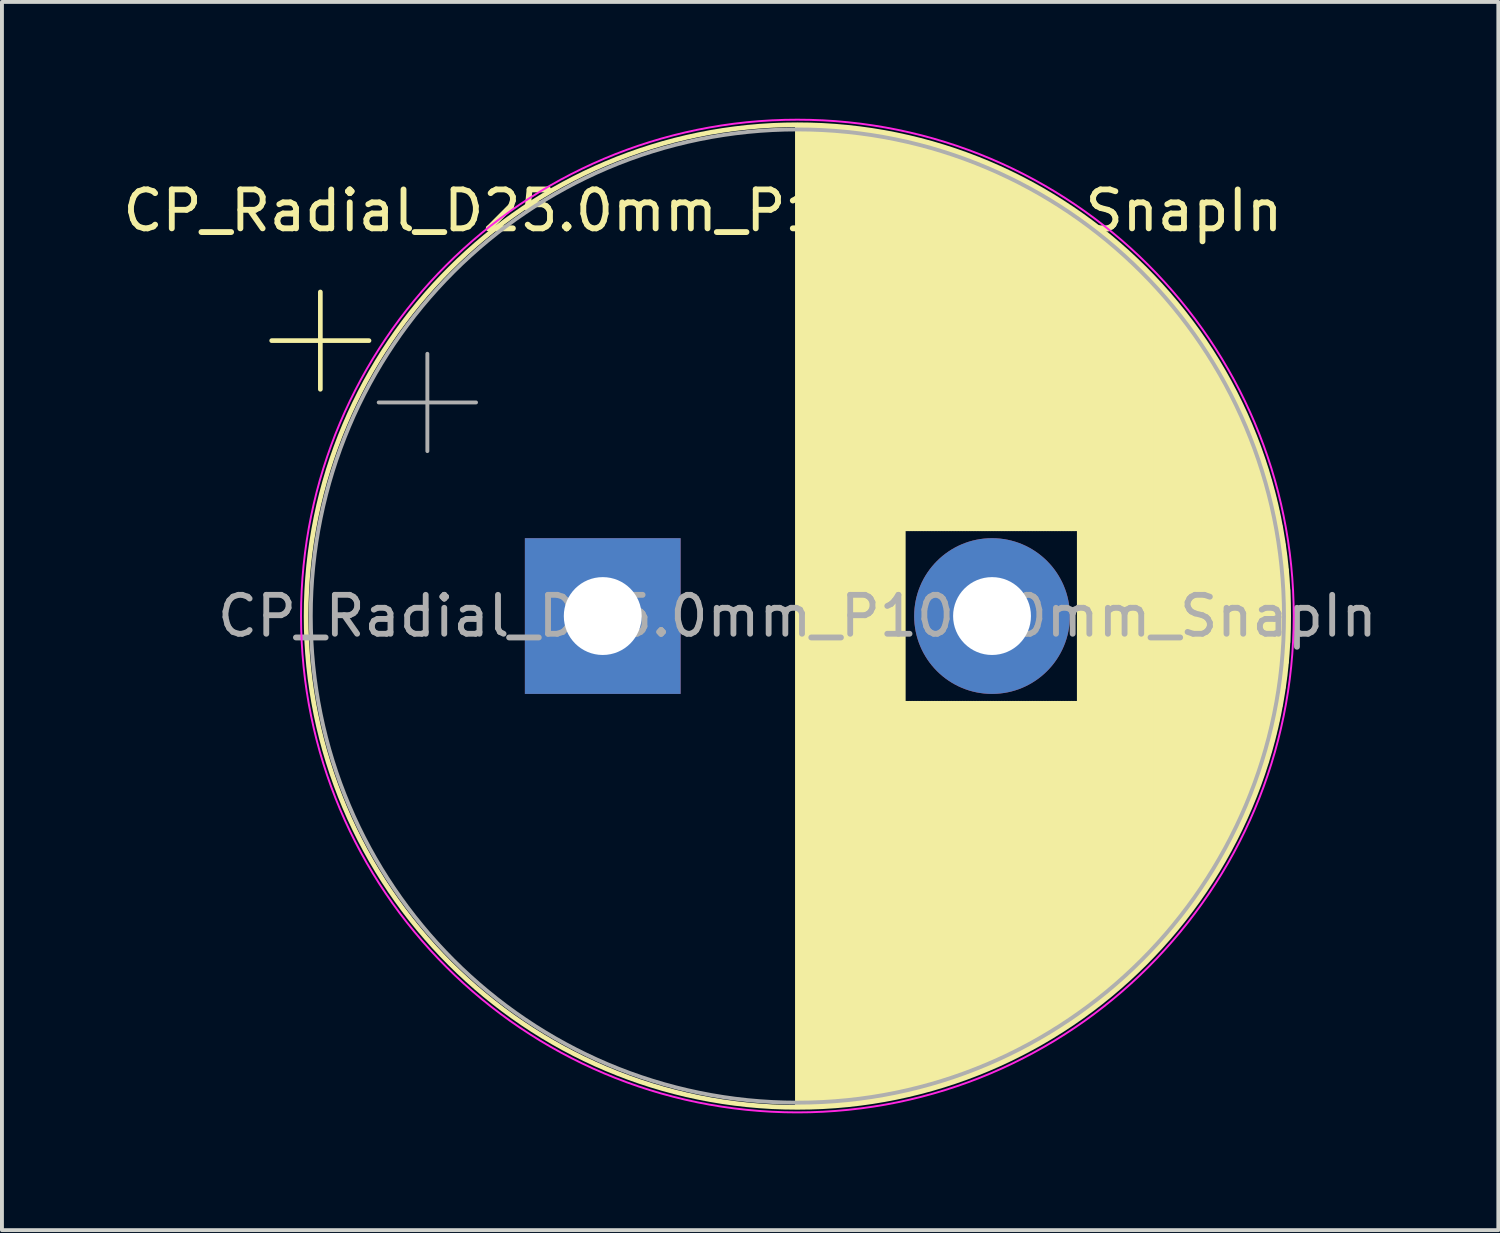
<source format=kicad_pcb>
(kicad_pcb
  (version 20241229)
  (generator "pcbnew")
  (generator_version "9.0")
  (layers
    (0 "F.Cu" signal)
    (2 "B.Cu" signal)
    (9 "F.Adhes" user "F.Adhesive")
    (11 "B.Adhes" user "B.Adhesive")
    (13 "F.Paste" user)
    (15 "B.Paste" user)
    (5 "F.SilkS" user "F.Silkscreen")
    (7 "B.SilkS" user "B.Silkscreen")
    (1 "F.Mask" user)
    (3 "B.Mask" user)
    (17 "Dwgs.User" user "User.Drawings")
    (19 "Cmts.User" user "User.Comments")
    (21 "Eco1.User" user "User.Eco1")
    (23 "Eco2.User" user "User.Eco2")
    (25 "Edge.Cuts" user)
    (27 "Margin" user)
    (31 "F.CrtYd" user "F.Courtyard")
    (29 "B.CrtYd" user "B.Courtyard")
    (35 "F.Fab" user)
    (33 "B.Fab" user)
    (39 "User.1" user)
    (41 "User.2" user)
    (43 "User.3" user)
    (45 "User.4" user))
  (footprint "CP_Radial_D25.0mm_P10.00mm_SnapIn"
    (layer "F.Cu")
    (at 12.433 12.775)
    (property "Reference" "CP_Radial_D25.0mm_P10.00mm_SnapIn" (at 2.573 -10.414 0) (layer "F.SilkS") (effects (font (size 1 1) (thickness 0.15))))
    (attr through_hole)
    (fp_line (start -8.504 -7.075) (end -6.004 -7.075) (stroke (width 0.12) (type solid)) (layer "F.SilkS"))
    (fp_line (start -7.254 -8.325) (end -7.254 -5.825) (stroke (width 0.12) (type solid)) (layer "F.SilkS"))
    (fp_line (start 5 -12.581) (end 5 12.581) (stroke (width 0.12) (type solid)) (layer "F.SilkS"))
    (fp_line (start 5.04 -12.58) (end 5.04 12.58) (stroke (width 0.12) (type solid)) (layer "F.SilkS"))
    (fp_line (start 5.08 -12.58) (end 5.08 12.58) (stroke (width 0.12) (type solid)) (layer "F.SilkS"))
    (fp_line (start 5.12 -12.58) (end 5.12 12.58) (stroke (width 0.12) (type solid)) (layer "F.SilkS"))
    (fp_line (start 5.16 -12.579) (end 5.16 12.579) (stroke (width 0.12) (type solid)) (layer "F.SilkS"))
    (fp_line (start 5.2 -12.579) (end 5.2 12.579) (stroke (width 0.12) (type solid)) (layer "F.SilkS"))
    (fp_line (start 5.24 -12.578) (end 5.24 12.578) (stroke (width 0.12) (type solid)) (layer "F.SilkS"))
    (fp_line (start 5.28 -12.577) (end 5.28 12.577) (stroke (width 0.12) (type solid)) (layer "F.SilkS"))
    (fp_line (start 5.32 -12.576) (end 5.32 12.576) (stroke (width 0.12) (type solid)) (layer "F.SilkS"))
    (fp_line (start 5.36 -12.575) (end 5.36 12.575) (stroke (width 0.12) (type solid)) (layer "F.SilkS"))
    (fp_line (start 5.4 -12.574) (end 5.4 12.574) (stroke (width 0.12) (type solid)) (layer "F.SilkS"))
    (fp_line (start 5.44 -12.573) (end 5.44 12.573) (stroke (width 0.12) (type solid)) (layer "F.SilkS"))
    (fp_line (start 5.48 -12.571) (end 5.48 12.571) (stroke (width 0.12) (type solid)) (layer "F.SilkS"))
    (fp_line (start 5.52 -12.57) (end 5.52 12.57) (stroke (width 0.12) (type solid)) (layer "F.SilkS"))
    (fp_line (start 5.56 -12.568) (end 5.56 12.568) (stroke (width 0.12) (type solid)) (layer "F.SilkS"))
    (fp_line (start 5.6 -12.566) (end 5.6 12.566) (stroke (width 0.12) (type solid)) (layer "F.SilkS"))
    (fp_line (start 5.64 -12.564) (end 5.64 12.564) (stroke (width 0.12) (type solid)) (layer "F.SilkS"))
    (fp_line (start 5.68 -12.562) (end 5.68 12.562) (stroke (width 0.12) (type solid)) (layer "F.SilkS"))
    (fp_line (start 5.721 -12.56) (end 5.721 12.56) (stroke (width 0.12) (type solid)) (layer "F.SilkS"))
    (fp_line (start 5.761 -12.558) (end 5.761 12.558) (stroke (width 0.12) (type solid)) (layer "F.SilkS"))
    (fp_line (start 5.801 -12.555) (end 5.801 12.555) (stroke (width 0.12) (type solid)) (layer "F.SilkS"))
    (fp_line (start 5.841 -12.553) (end 5.841 12.553) (stroke (width 0.12) (type solid)) (layer "F.SilkS"))
    (fp_line (start 5.881 -12.55) (end 5.881 12.55) (stroke (width 0.12) (type solid)) (layer "F.SilkS"))
    (fp_line (start 5.921 -12.547) (end 5.921 12.547) (stroke (width 0.12) (type solid)) (layer "F.SilkS"))
    (fp_line (start 5.961 -12.544) (end 5.961 12.544) (stroke (width 0.12) (type solid)) (layer "F.SilkS"))
    (fp_line (start 6.001 -12.541) (end 6.001 12.541) (stroke (width 0.12) (type solid)) (layer "F.SilkS"))
    (fp_line (start 6.041 -12.538) (end 6.041 12.538) (stroke (width 0.12) (type solid)) (layer "F.SilkS"))
    (fp_line (start 6.081 -12.534) (end 6.081 12.534) (stroke (width 0.12) (type solid)) (layer "F.SilkS"))
    (fp_line (start 6.121 -12.531) (end 6.121 12.531) (stroke (width 0.12) (type solid)) (layer "F.SilkS"))
    (fp_line (start 6.161 -12.527) (end 6.161 12.527) (stroke (width 0.12) (type solid)) (layer "F.SilkS"))
    (fp_line (start 6.201 -12.523) (end 6.201 12.523) (stroke (width 0.12) (type solid)) (layer "F.SilkS"))
    (fp_line (start 6.241 -12.519) (end 6.241 12.519) (stroke (width 0.12) (type solid)) (layer "F.SilkS"))
    (fp_line (start 6.281 -12.515) (end 6.281 12.515) (stroke (width 0.12) (type solid)) (layer "F.SilkS"))
    (fp_line (start 6.321 -12.511) (end 6.321 12.511) (stroke (width 0.12) (type solid)) (layer "F.SilkS"))
    (fp_line (start 6.361 -12.507) (end 6.361 12.507) (stroke (width 0.12) (type solid)) (layer "F.SilkS"))
    (fp_line (start 6.401 -12.503) (end 6.401 12.503) (stroke (width 0.12) (type solid)) (layer "F.SilkS"))
    (fp_line (start 6.441 -12.498) (end 6.441 12.498) (stroke (width 0.12) (type solid)) (layer "F.SilkS"))
    (fp_line (start 6.481 -12.493) (end 6.481 12.493) (stroke (width 0.12) (type solid)) (layer "F.SilkS"))
    (fp_line (start 6.521 -12.489) (end 6.521 12.489) (stroke (width 0.12) (type solid)) (layer "F.SilkS"))
    (fp_line (start 6.561 -12.484) (end 6.561 12.484) (stroke (width 0.12) (type solid)) (layer "F.SilkS"))
    (fp_line (start 6.601 -12.479) (end 6.601 12.479) (stroke (width 0.12) (type solid)) (layer "F.SilkS"))
    (fp_line (start 6.641 -12.473) (end 6.641 12.473) (stroke (width 0.12) (type solid)) (layer "F.SilkS"))
    (fp_line (start 6.681 -12.468) (end 6.681 12.468) (stroke (width 0.12) (type solid)) (layer "F.SilkS"))
    (fp_line (start 6.721 -12.463) (end 6.721 12.463) (stroke (width 0.12) (type solid)) (layer "F.SilkS"))
    (fp_line (start 6.761 -12.457) (end 6.761 12.457) (stroke (width 0.12) (type solid)) (layer "F.SilkS"))
    (fp_line (start 6.801 -12.451) (end 6.801 12.451) (stroke (width 0.12) (type solid)) (layer "F.SilkS"))
    (fp_line (start 6.841 -12.446) (end 6.841 12.446) (stroke (width 0.12) (type solid)) (layer "F.SilkS"))
    (fp_line (start 6.881 -12.44) (end 6.881 12.44) (stroke (width 0.12) (type solid)) (layer "F.SilkS"))
    (fp_line (start 6.921 -12.434) (end 6.921 12.434) (stroke (width 0.12) (type solid)) (layer "F.SilkS"))
    (fp_line (start 6.961 -12.427) (end 6.961 12.427) (stroke (width 0.12) (type solid)) (layer "F.SilkS"))
    (fp_line (start 7.001 -12.421) (end 7.001 12.421) (stroke (width 0.12) (type solid)) (layer "F.SilkS"))
    (fp_line (start 7.041 -12.415) (end 7.041 12.415) (stroke (width 0.12) (type solid)) (layer "F.SilkS"))
    (fp_line (start 7.081 -12.408) (end 7.081 12.408) (stroke (width 0.12) (type solid)) (layer "F.SilkS"))
    (fp_line (start 7.121 -12.401) (end 7.121 12.401) (stroke (width 0.12) (type solid)) (layer "F.SilkS"))
    (fp_line (start 7.161 -12.394) (end 7.161 12.394) (stroke (width 0.12) (type solid)) (layer "F.SilkS"))
    (fp_line (start 7.201 -12.387) (end 7.201 12.387) (stroke (width 0.12) (type solid)) (layer "F.SilkS"))
    (fp_line (start 7.241 -12.38) (end 7.241 12.38) (stroke (width 0.12) (type solid)) (layer "F.SilkS"))
    (fp_line (start 7.281 -12.373) (end 7.281 12.373) (stroke (width 0.12) (type solid)) (layer "F.SilkS"))
    (fp_line (start 7.321 -12.365) (end 7.321 12.365) (stroke (width 0.12) (type solid)) (layer "F.SilkS"))
    (fp_line (start 7.361 -12.358) (end 7.361 12.358) (stroke (width 0.12) (type solid)) (layer "F.SilkS"))
    (fp_line (start 7.401 -12.35) (end 7.401 12.35) (stroke (width 0.12) (type solid)) (layer "F.SilkS"))
    (fp_line (start 7.441 -12.342) (end 7.441 12.342) (stroke (width 0.12) (type solid)) (layer "F.SilkS"))
    (fp_line (start 7.481 -12.334) (end 7.481 12.334) (stroke (width 0.12) (type solid)) (layer "F.SilkS"))
    (fp_line (start 7.521 -12.326) (end 7.521 12.326) (stroke (width 0.12) (type solid)) (layer "F.SilkS"))
    (fp_line (start 7.561 -12.318) (end 7.561 12.318) (stroke (width 0.12) (type solid)) (layer "F.SilkS"))
    (fp_line (start 7.601 -12.31) (end 7.601 12.31) (stroke (width 0.12) (type solid)) (layer "F.SilkS"))
    (fp_line (start 7.641 -12.301) (end 7.641 12.301) (stroke (width 0.12) (type solid)) (layer "F.SilkS"))
    (fp_line (start 7.681 -12.293) (end 7.681 12.293) (stroke (width 0.12) (type solid)) (layer "F.SilkS"))
    (fp_line (start 7.721 -12.284) (end 7.721 12.284) (stroke (width 0.12) (type solid)) (layer "F.SilkS"))
    (fp_line (start 7.761 -12.275) (end 7.761 -2.24) (stroke (width 0.12) (type solid)) (layer "F.SilkS"))
    (fp_line (start 7.761 2.24) (end 7.761 12.275) (stroke (width 0.12) (type solid)) (layer "F.SilkS"))
    (fp_line (start 7.801 -12.266) (end 7.801 -2.24) (stroke (width 0.12) (type solid)) (layer "F.SilkS"))
    (fp_line (start 7.801 2.24) (end 7.801 12.266) (stroke (width 0.12) (type solid)) (layer "F.SilkS"))
    (fp_line (start 7.841 -12.257) (end 7.841 -2.24) (stroke (width 0.12) (type solid)) (layer "F.SilkS"))
    (fp_line (start 7.841 2.24) (end 7.841 12.257) (stroke (width 0.12) (type solid)) (layer "F.SilkS"))
    (fp_line (start 7.881 -12.247) (end 7.881 -2.24) (stroke (width 0.12) (type solid)) (layer "F.SilkS"))
    (fp_line (start 7.881 2.24) (end 7.881 12.247) (stroke (width 0.12) (type solid)) (layer "F.SilkS"))
    (fp_line (start 7.921 -12.238) (end 7.921 -2.24) (stroke (width 0.12) (type solid)) (layer "F.SilkS"))
    (fp_line (start 7.921 2.24) (end 7.921 12.238) (stroke (width 0.12) (type solid)) (layer "F.SilkS"))
    (fp_line (start 7.961 -12.228) (end 7.961 -2.24) (stroke (width 0.12) (type solid)) (layer "F.SilkS"))
    (fp_line (start 7.961 2.24) (end 7.961 12.228) (stroke (width 0.12) (type solid)) (layer "F.SilkS"))
    (fp_line (start 8.001 -12.219) (end 8.001 -2.24) (stroke (width 0.12) (type solid)) (layer "F.SilkS"))
    (fp_line (start 8.001 2.24) (end 8.001 12.219) (stroke (width 0.12) (type solid)) (layer "F.SilkS"))
    (fp_line (start 8.041 -12.209) (end 8.041 -2.24) (stroke (width 0.12) (type solid)) (layer "F.SilkS"))
    (fp_line (start 8.041 2.24) (end 8.041 12.209) (stroke (width 0.12) (type solid)) (layer "F.SilkS"))
    (fp_line (start 8.081 -12.199) (end 8.081 -2.24) (stroke (width 0.12) (type solid)) (layer "F.SilkS"))
    (fp_line (start 8.081 2.24) (end 8.081 12.199) (stroke (width 0.12) (type solid)) (layer "F.SilkS"))
    (fp_line (start 8.121 -12.189) (end 8.121 -2.24) (stroke (width 0.12) (type solid)) (layer "F.SilkS"))
    (fp_line (start 8.121 2.24) (end 8.121 12.189) (stroke (width 0.12) (type solid)) (layer "F.SilkS"))
    (fp_line (start 8.161 -12.178) (end 8.161 -2.24) (stroke (width 0.12) (type solid)) (layer "F.SilkS"))
    (fp_line (start 8.161 2.24) (end 8.161 12.178) (stroke (width 0.12) (type solid)) (layer "F.SilkS"))
    (fp_line (start 8.201 -12.168) (end 8.201 -2.24) (stroke (width 0.12) (type solid)) (layer "F.SilkS"))
    (fp_line (start 8.201 2.24) (end 8.201 12.168) (stroke (width 0.12) (type solid)) (layer "F.SilkS"))
    (fp_line (start 8.241 -12.157) (end 8.241 -2.24) (stroke (width 0.12) (type solid)) (layer "F.SilkS"))
    (fp_line (start 8.241 2.24) (end 8.241 12.157) (stroke (width 0.12) (type solid)) (layer "F.SilkS"))
    (fp_line (start 8.281 -12.147) (end 8.281 -2.24) (stroke (width 0.12) (type solid)) (layer "F.SilkS"))
    (fp_line (start 8.281 2.24) (end 8.281 12.147) (stroke (width 0.12) (type solid)) (layer "F.SilkS"))
    (fp_line (start 8.321 -12.136) (end 8.321 -2.24) (stroke (width 0.12) (type solid)) (layer "F.SilkS"))
    (fp_line (start 8.321 2.24) (end 8.321 12.136) (stroke (width 0.12) (type solid)) (layer "F.SilkS"))
    (fp_line (start 8.361 -12.125) (end 8.361 -2.24) (stroke (width 0.12) (type solid)) (layer "F.SilkS"))
    (fp_line (start 8.361 2.24) (end 8.361 12.125) (stroke (width 0.12) (type solid)) (layer "F.SilkS"))
    (fp_line (start 8.401 -12.114) (end 8.401 -2.24) (stroke (width 0.12) (type solid)) (layer "F.SilkS"))
    (fp_line (start 8.401 2.24) (end 8.401 12.114) (stroke (width 0.12) (type solid)) (layer "F.SilkS"))
    (fp_line (start 8.441 -12.103) (end 8.441 -2.24) (stroke (width 0.12) (type solid)) (layer "F.SilkS"))
    (fp_line (start 8.441 2.24) (end 8.441 12.103) (stroke (width 0.12) (type solid)) (layer "F.SilkS"))
    (fp_line (start 8.481 -12.091) (end 8.481 -2.24) (stroke (width 0.12) (type solid)) (layer "F.SilkS"))
    (fp_line (start 8.481 2.24) (end 8.481 12.091) (stroke (width 0.12) (type solid)) (layer "F.SilkS"))
    (fp_line (start 8.521 -12.08) (end 8.521 -2.24) (stroke (width 0.12) (type solid)) (layer "F.SilkS"))
    (fp_line (start 8.521 2.24) (end 8.521 12.08) (stroke (width 0.12) (type solid)) (layer "F.SilkS"))
    (fp_line (start 8.561 -12.068) (end 8.561 -2.24) (stroke (width 0.12) (type solid)) (layer "F.SilkS"))
    (fp_line (start 8.561 2.24) (end 8.561 12.068) (stroke (width 0.12) (type solid)) (layer "F.SilkS"))
    (fp_line (start 8.601 -12.056) (end 8.601 -2.24) (stroke (width 0.12) (type solid)) (layer "F.SilkS"))
    (fp_line (start 8.601 2.24) (end 8.601 12.056) (stroke (width 0.12) (type solid)) (layer "F.SilkS"))
    (fp_line (start 8.641 -12.044) (end 8.641 -2.24) (stroke (width 0.12) (type solid)) (layer "F.SilkS"))
    (fp_line (start 8.641 2.24) (end 8.641 12.044) (stroke (width 0.12) (type solid)) (layer "F.SilkS"))
    (fp_line (start 8.681 -12.032) (end 8.681 -2.24) (stroke (width 0.12) (type solid)) (layer "F.SilkS"))
    (fp_line (start 8.681 2.24) (end 8.681 12.032) (stroke (width 0.12) (type solid)) (layer "F.SilkS"))
    (fp_line (start 8.721 -12.02) (end 8.721 -2.24) (stroke (width 0.12) (type solid)) (layer "F.SilkS"))
    (fp_line (start 8.721 2.24) (end 8.721 12.02) (stroke (width 0.12) (type solid)) (layer "F.SilkS"))
    (fp_line (start 8.761 -12.007) (end 8.761 -2.24) (stroke (width 0.12) (type solid)) (layer "F.SilkS"))
    (fp_line (start 8.761 2.24) (end 8.761 12.007) (stroke (width 0.12) (type solid)) (layer "F.SilkS"))
    (fp_line (start 8.801 -11.995) (end 8.801 -2.24) (stroke (width 0.12) (type solid)) (layer "F.SilkS"))
    (fp_line (start 8.801 2.24) (end 8.801 11.995) (stroke (width 0.12) (type solid)) (layer "F.SilkS"))
    (fp_line (start 8.841 -11.982) (end 8.841 -2.24) (stroke (width 0.12) (type solid)) (layer "F.SilkS"))
    (fp_line (start 8.841 2.24) (end 8.841 11.982) (stroke (width 0.12) (type solid)) (layer "F.SilkS"))
    (fp_line (start 8.881 -11.969) (end 8.881 -2.24) (stroke (width 0.12) (type solid)) (layer "F.SilkS"))
    (fp_line (start 8.881 2.24) (end 8.881 11.969) (stroke (width 0.12) (type solid)) (layer "F.SilkS"))
    (fp_line (start 8.921 -11.956) (end 8.921 -2.24) (stroke (width 0.12) (type solid)) (layer "F.SilkS"))
    (fp_line (start 8.921 2.24) (end 8.921 11.956) (stroke (width 0.12) (type solid)) (layer "F.SilkS"))
    (fp_line (start 8.961 -11.943) (end 8.961 -2.24) (stroke (width 0.12) (type solid)) (layer "F.SilkS"))
    (fp_line (start 8.961 2.24) (end 8.961 11.943) (stroke (width 0.12) (type solid)) (layer "F.SilkS"))
    (fp_line (start 9.001 -11.93) (end 9.001 -2.24) (stroke (width 0.12) (type solid)) (layer "F.SilkS"))
    (fp_line (start 9.001 2.24) (end 9.001 11.93) (stroke (width 0.12) (type solid)) (layer "F.SilkS"))
    (fp_line (start 9.041 -11.916) (end 9.041 -2.24) (stroke (width 0.12) (type solid)) (layer "F.SilkS"))
    (fp_line (start 9.041 2.24) (end 9.041 11.916) (stroke (width 0.12) (type solid)) (layer "F.SilkS"))
    (fp_line (start 9.081 -11.903) (end 9.081 -2.24) (stroke (width 0.12) (type solid)) (layer "F.SilkS"))
    (fp_line (start 9.081 2.24) (end 9.081 11.903) (stroke (width 0.12) (type solid)) (layer "F.SilkS"))
    (fp_line (start 9.121 -11.889) (end 9.121 -2.24) (stroke (width 0.12) (type solid)) (layer "F.SilkS"))
    (fp_line (start 9.121 2.24) (end 9.121 11.889) (stroke (width 0.12) (type solid)) (layer "F.SilkS"))
    (fp_line (start 9.161 -11.875) (end 9.161 -2.24) (stroke (width 0.12) (type solid)) (layer "F.SilkS"))
    (fp_line (start 9.161 2.24) (end 9.161 11.875) (stroke (width 0.12) (type solid)) (layer "F.SilkS"))
    (fp_line (start 9.201 -11.861) (end 9.201 -2.24) (stroke (width 0.12) (type solid)) (layer "F.SilkS"))
    (fp_line (start 9.201 2.24) (end 9.201 11.861) (stroke (width 0.12) (type solid)) (layer "F.SilkS"))
    (fp_line (start 9.241 -11.847) (end 9.241 -2.24) (stroke (width 0.12) (type solid)) (layer "F.SilkS"))
    (fp_line (start 9.241 2.24) (end 9.241 11.847) (stroke (width 0.12) (type solid)) (layer "F.SilkS"))
    (fp_line (start 9.281 -11.833) (end 9.281 -2.24) (stroke (width 0.12) (type solid)) (layer "F.SilkS"))
    (fp_line (start 9.281 2.24) (end 9.281 11.833) (stroke (width 0.12) (type solid)) (layer "F.SilkS"))
    (fp_line (start 9.321 -11.818) (end 9.321 -2.24) (stroke (width 0.12) (type solid)) (layer "F.SilkS"))
    (fp_line (start 9.321 2.24) (end 9.321 11.818) (stroke (width 0.12) (type solid)) (layer "F.SilkS"))
    (fp_line (start 9.361 -11.803) (end 9.361 -2.24) (stroke (width 0.12) (type solid)) (layer "F.SilkS"))
    (fp_line (start 9.361 2.24) (end 9.361 11.803) (stroke (width 0.12) (type solid)) (layer "F.SilkS"))
    (fp_line (start 9.401 -11.789) (end 9.401 -2.24) (stroke (width 0.12) (type solid)) (layer "F.SilkS"))
    (fp_line (start 9.401 2.24) (end 9.401 11.789) (stroke (width 0.12) (type solid)) (layer "F.SilkS"))
    (fp_line (start 9.441 -11.774) (end 9.441 -2.24) (stroke (width 0.12) (type solid)) (layer "F.SilkS"))
    (fp_line (start 9.441 2.24) (end 9.441 11.774) (stroke (width 0.12) (type solid)) (layer "F.SilkS"))
    (fp_line (start 9.481 -11.759) (end 9.481 -2.24) (stroke (width 0.12) (type solid)) (layer "F.SilkS"))
    (fp_line (start 9.481 2.24) (end 9.481 11.759) (stroke (width 0.12) (type solid)) (layer "F.SilkS"))
    (fp_line (start 9.521 -11.743) (end 9.521 -2.24) (stroke (width 0.12) (type solid)) (layer "F.SilkS"))
    (fp_line (start 9.521 2.24) (end 9.521 11.743) (stroke (width 0.12) (type solid)) (layer "F.SilkS"))
    (fp_line (start 9.561 -11.728) (end 9.561 -2.24) (stroke (width 0.12) (type solid)) (layer "F.SilkS"))
    (fp_line (start 9.561 2.24) (end 9.561 11.728) (stroke (width 0.12) (type solid)) (layer "F.SilkS"))
    (fp_line (start 9.601 -11.712) (end 9.601 -2.24) (stroke (width 0.12) (type solid)) (layer "F.SilkS"))
    (fp_line (start 9.601 2.24) (end 9.601 11.712) (stroke (width 0.12) (type solid)) (layer "F.SilkS"))
    (fp_line (start 9.641 -11.697) (end 9.641 -2.24) (stroke (width 0.12) (type solid)) (layer "F.SilkS"))
    (fp_line (start 9.641 2.24) (end 9.641 11.697) (stroke (width 0.12) (type solid)) (layer "F.SilkS"))
    (fp_line (start 9.681 -11.681) (end 9.681 -2.24) (stroke (width 0.12) (type solid)) (layer "F.SilkS"))
    (fp_line (start 9.681 2.24) (end 9.681 11.681) (stroke (width 0.12) (type solid)) (layer "F.SilkS"))
    (fp_line (start 9.721 -11.665) (end 9.721 -2.24) (stroke (width 0.12) (type solid)) (layer "F.SilkS"))
    (fp_line (start 9.721 2.24) (end 9.721 11.665) (stroke (width 0.12) (type solid)) (layer "F.SilkS"))
    (fp_line (start 9.761 -11.648) (end 9.761 -2.24) (stroke (width 0.12) (type solid)) (layer "F.SilkS"))
    (fp_line (start 9.761 2.24) (end 9.761 11.648) (stroke (width 0.12) (type solid)) (layer "F.SilkS"))
    (fp_line (start 9.801 -11.632) (end 9.801 -2.24) (stroke (width 0.12) (type solid)) (layer "F.SilkS"))
    (fp_line (start 9.801 2.24) (end 9.801 11.632) (stroke (width 0.12) (type solid)) (layer "F.SilkS"))
    (fp_line (start 9.841 -11.615) (end 9.841 -2.24) (stroke (width 0.12) (type solid)) (layer "F.SilkS"))
    (fp_line (start 9.841 2.24) (end 9.841 11.615) (stroke (width 0.12) (type solid)) (layer "F.SilkS"))
    (fp_line (start 9.881 -11.599) (end 9.881 -2.24) (stroke (width 0.12) (type solid)) (layer "F.SilkS"))
    (fp_line (start 9.881 2.24) (end 9.881 11.599) (stroke (width 0.12) (type solid)) (layer "F.SilkS"))
    (fp_line (start 9.921 -11.582) (end 9.921 -2.24) (stroke (width 0.12) (type solid)) (layer "F.SilkS"))
    (fp_line (start 9.921 2.24) (end 9.921 11.582) (stroke (width 0.12) (type solid)) (layer "F.SilkS"))
    (fp_line (start 9.961 -11.565) (end 9.961 -2.24) (stroke (width 0.12) (type solid)) (layer "F.SilkS"))
    (fp_line (start 9.961 2.24) (end 9.961 11.565) (stroke (width 0.12) (type solid)) (layer "F.SilkS"))
    (fp_line (start 10.001 -11.548) (end 10.001 -2.24) (stroke (width 0.12) (type solid)) (layer "F.SilkS"))
    (fp_line (start 10.001 2.24) (end 10.001 11.548) (stroke (width 0.12) (type solid)) (layer "F.SilkS"))
    (fp_line (start 10.041 -11.53) (end 10.041 -2.24) (stroke (width 0.12) (type solid)) (layer "F.SilkS"))
    (fp_line (start 10.041 2.24) (end 10.041 11.53) (stroke (width 0.12) (type solid)) (layer "F.SilkS"))
    (fp_line (start 10.081 -11.513) (end 10.081 -2.24) (stroke (width 0.12) (type solid)) (layer "F.SilkS"))
    (fp_line (start 10.081 2.24) (end 10.081 11.513) (stroke (width 0.12) (type solid)) (layer "F.SilkS"))
    (fp_line (start 10.121 -11.495) (end 10.121 -2.24) (stroke (width 0.12) (type solid)) (layer "F.SilkS"))
    (fp_line (start 10.121 2.24) (end 10.121 11.495) (stroke (width 0.12) (type solid)) (layer "F.SilkS"))
    (fp_line (start 10.161 -11.477) (end 10.161 -2.24) (stroke (width 0.12) (type solid)) (layer "F.SilkS"))
    (fp_line (start 10.161 2.24) (end 10.161 11.477) (stroke (width 0.12) (type solid)) (layer "F.SilkS"))
    (fp_line (start 10.201 -11.459) (end 10.201 -2.24) (stroke (width 0.12) (type solid)) (layer "F.SilkS"))
    (fp_line (start 10.201 2.24) (end 10.201 11.459) (stroke (width 0.12) (type solid)) (layer "F.SilkS"))
    (fp_line (start 10.241 -11.441) (end 10.241 -2.24) (stroke (width 0.12) (type solid)) (layer "F.SilkS"))
    (fp_line (start 10.241 2.24) (end 10.241 11.441) (stroke (width 0.12) (type solid)) (layer "F.SilkS"))
    (fp_line (start 10.281 -11.423) (end 10.281 -2.24) (stroke (width 0.12) (type solid)) (layer "F.SilkS"))
    (fp_line (start 10.281 2.24) (end 10.281 11.423) (stroke (width 0.12) (type solid)) (layer "F.SilkS"))
    (fp_line (start 10.321 -11.404) (end 10.321 -2.24) (stroke (width 0.12) (type solid)) (layer "F.SilkS"))
    (fp_line (start 10.321 2.24) (end 10.321 11.404) (stroke (width 0.12) (type solid)) (layer "F.SilkS"))
    (fp_line (start 10.361 -11.386) (end 10.361 -2.24) (stroke (width 0.12) (type solid)) (layer "F.SilkS"))
    (fp_line (start 10.361 2.24) (end 10.361 11.386) (stroke (width 0.12) (type solid)) (layer "F.SilkS"))
    (fp_line (start 10.401 -11.367) (end 10.401 -2.24) (stroke (width 0.12) (type solid)) (layer "F.SilkS"))
    (fp_line (start 10.401 2.24) (end 10.401 11.367) (stroke (width 0.12) (type solid)) (layer "F.SilkS"))
    (fp_line (start 10.441 -11.348) (end 10.441 -2.24) (stroke (width 0.12) (type solid)) (layer "F.SilkS"))
    (fp_line (start 10.441 2.24) (end 10.441 11.348) (stroke (width 0.12) (type solid)) (layer "F.SilkS"))
    (fp_line (start 10.481 -11.329) (end 10.481 -2.24) (stroke (width 0.12) (type solid)) (layer "F.SilkS"))
    (fp_line (start 10.481 2.24) (end 10.481 11.329) (stroke (width 0.12) (type solid)) (layer "F.SilkS"))
    (fp_line (start 10.521 -11.309) (end 10.521 -2.24) (stroke (width 0.12) (type solid)) (layer "F.SilkS"))
    (fp_line (start 10.521 2.24) (end 10.521 11.309) (stroke (width 0.12) (type solid)) (layer "F.SilkS"))
    (fp_line (start 10.561 -11.29) (end 10.561 -2.24) (stroke (width 0.12) (type solid)) (layer "F.SilkS"))
    (fp_line (start 10.561 2.24) (end 10.561 11.29) (stroke (width 0.12) (type solid)) (layer "F.SilkS"))
    (fp_line (start 10.601 -11.27) (end 10.601 -2.24) (stroke (width 0.12) (type solid)) (layer "F.SilkS"))
    (fp_line (start 10.601 2.24) (end 10.601 11.27) (stroke (width 0.12) (type solid)) (layer "F.SilkS"))
    (fp_line (start 10.641 -11.25) (end 10.641 -2.24) (stroke (width 0.12) (type solid)) (layer "F.SilkS"))
    (fp_line (start 10.641 2.24) (end 10.641 11.25) (stroke (width 0.12) (type solid)) (layer "F.SilkS"))
    (fp_line (start 10.681 -11.23) (end 10.681 -2.24) (stroke (width 0.12) (type solid)) (layer "F.SilkS"))
    (fp_line (start 10.681 2.24) (end 10.681 11.23) (stroke (width 0.12) (type solid)) (layer "F.SilkS"))
    (fp_line (start 10.721 -11.21) (end 10.721 -2.24) (stroke (width 0.12) (type solid)) (layer "F.SilkS"))
    (fp_line (start 10.721 2.24) (end 10.721 11.21) (stroke (width 0.12) (type solid)) (layer "F.SilkS"))
    (fp_line (start 10.761 -11.189) (end 10.761 -2.24) (stroke (width 0.12) (type solid)) (layer "F.SilkS"))
    (fp_line (start 10.761 2.24) (end 10.761 11.189) (stroke (width 0.12) (type solid)) (layer "F.SilkS"))
    (fp_line (start 10.801 -11.169) (end 10.801 -2.24) (stroke (width 0.12) (type solid)) (layer "F.SilkS"))
    (fp_line (start 10.801 2.24) (end 10.801 11.169) (stroke (width 0.12) (type solid)) (layer "F.SilkS"))
    (fp_line (start 10.841 -11.148) (end 10.841 -2.24) (stroke (width 0.12) (type solid)) (layer "F.SilkS"))
    (fp_line (start 10.841 2.24) (end 10.841 11.148) (stroke (width 0.12) (type solid)) (layer "F.SilkS"))
    (fp_line (start 10.881 -11.127) (end 10.881 -2.24) (stroke (width 0.12) (type solid)) (layer "F.SilkS"))
    (fp_line (start 10.881 2.24) (end 10.881 11.127) (stroke (width 0.12) (type solid)) (layer "F.SilkS"))
    (fp_line (start 10.921 -11.106) (end 10.921 -2.24) (stroke (width 0.12) (type solid)) (layer "F.SilkS"))
    (fp_line (start 10.921 2.24) (end 10.921 11.106) (stroke (width 0.12) (type solid)) (layer "F.SilkS"))
    (fp_line (start 10.961 -11.084) (end 10.961 -2.24) (stroke (width 0.12) (type solid)) (layer "F.SilkS"))
    (fp_line (start 10.961 2.24) (end 10.961 11.084) (stroke (width 0.12) (type solid)) (layer "F.SilkS"))
    (fp_line (start 11.001 -11.063) (end 11.001 -2.24) (stroke (width 0.12) (type solid)) (layer "F.SilkS"))
    (fp_line (start 11.001 2.24) (end 11.001 11.063) (stroke (width 0.12) (type solid)) (layer "F.SilkS"))
    (fp_line (start 11.041 -11.041) (end 11.041 -2.24) (stroke (width 0.12) (type solid)) (layer "F.SilkS"))
    (fp_line (start 11.041 2.24) (end 11.041 11.041) (stroke (width 0.12) (type solid)) (layer "F.SilkS"))
    (fp_line (start 11.081 -11.019) (end 11.081 -2.24) (stroke (width 0.12) (type solid)) (layer "F.SilkS"))
    (fp_line (start 11.081 2.24) (end 11.081 11.019) (stroke (width 0.12) (type solid)) (layer "F.SilkS"))
    (fp_line (start 11.121 -10.997) (end 11.121 -2.24) (stroke (width 0.12) (type solid)) (layer "F.SilkS"))
    (fp_line (start 11.121 2.24) (end 11.121 10.997) (stroke (width 0.12) (type solid)) (layer "F.SilkS"))
    (fp_line (start 11.161 -10.975) (end 11.161 -2.24) (stroke (width 0.12) (type solid)) (layer "F.SilkS"))
    (fp_line (start 11.161 2.24) (end 11.161 10.975) (stroke (width 0.12) (type solid)) (layer "F.SilkS"))
    (fp_line (start 11.201 -10.953) (end 11.201 -2.24) (stroke (width 0.12) (type solid)) (layer "F.SilkS"))
    (fp_line (start 11.201 2.24) (end 11.201 10.953) (stroke (width 0.12) (type solid)) (layer "F.SilkS"))
    (fp_line (start 11.241 -10.93) (end 11.241 -2.24) (stroke (width 0.12) (type solid)) (layer "F.SilkS"))
    (fp_line (start 11.241 2.24) (end 11.241 10.93) (stroke (width 0.12) (type solid)) (layer "F.SilkS"))
    (fp_line (start 11.281 -10.907) (end 11.281 -2.24) (stroke (width 0.12) (type solid)) (layer "F.SilkS"))
    (fp_line (start 11.281 2.24) (end 11.281 10.907) (stroke (width 0.12) (type solid)) (layer "F.SilkS"))
    (fp_line (start 11.321 -10.884) (end 11.321 -2.24) (stroke (width 0.12) (type solid)) (layer "F.SilkS"))
    (fp_line (start 11.321 2.24) (end 11.321 10.884) (stroke (width 0.12) (type solid)) (layer "F.SilkS"))
    (fp_line (start 11.361 -10.861) (end 11.361 -2.24) (stroke (width 0.12) (type solid)) (layer "F.SilkS"))
    (fp_line (start 11.361 2.24) (end 11.361 10.861) (stroke (width 0.12) (type solid)) (layer "F.SilkS"))
    (fp_line (start 11.401 -10.837) (end 11.401 -2.24) (stroke (width 0.12) (type solid)) (layer "F.SilkS"))
    (fp_line (start 11.401 2.24) (end 11.401 10.837) (stroke (width 0.12) (type solid)) (layer "F.SilkS"))
    (fp_line (start 11.441 -10.814) (end 11.441 -2.24) (stroke (width 0.12) (type solid)) (layer "F.SilkS"))
    (fp_line (start 11.441 2.24) (end 11.441 10.814) (stroke (width 0.12) (type solid)) (layer "F.SilkS"))
    (fp_line (start 11.481 -10.79) (end 11.481 -2.24) (stroke (width 0.12) (type solid)) (layer "F.SilkS"))
    (fp_line (start 11.481 2.24) (end 11.481 10.79) (stroke (width 0.12) (type solid)) (layer "F.SilkS"))
    (fp_line (start 11.521 -10.766) (end 11.521 -2.24) (stroke (width 0.12) (type solid)) (layer "F.SilkS"))
    (fp_line (start 11.521 2.24) (end 11.521 10.766) (stroke (width 0.12) (type solid)) (layer "F.SilkS"))
    (fp_line (start 11.561 -10.742) (end 11.561 -2.24) (stroke (width 0.12) (type solid)) (layer "F.SilkS"))
    (fp_line (start 11.561 2.24) (end 11.561 10.742) (stroke (width 0.12) (type solid)) (layer "F.SilkS"))
    (fp_line (start 11.601 -10.717) (end 11.601 -2.24) (stroke (width 0.12) (type solid)) (layer "F.SilkS"))
    (fp_line (start 11.601 2.24) (end 11.601 10.717) (stroke (width 0.12) (type solid)) (layer "F.SilkS"))
    (fp_line (start 11.641 -10.692) (end 11.641 -2.24) (stroke (width 0.12) (type solid)) (layer "F.SilkS"))
    (fp_line (start 11.641 2.24) (end 11.641 10.692) (stroke (width 0.12) (type solid)) (layer "F.SilkS"))
    (fp_line (start 11.681 -10.668) (end 11.681 -2.24) (stroke (width 0.12) (type solid)) (layer "F.SilkS"))
    (fp_line (start 11.681 2.24) (end 11.681 10.668) (stroke (width 0.12) (type solid)) (layer "F.SilkS"))
    (fp_line (start 11.721 -10.643) (end 11.721 -2.24) (stroke (width 0.12) (type solid)) (layer "F.SilkS"))
    (fp_line (start 11.721 2.24) (end 11.721 10.643) (stroke (width 0.12) (type solid)) (layer "F.SilkS"))
    (fp_line (start 11.761 -10.617) (end 11.761 -2.24) (stroke (width 0.12) (type solid)) (layer "F.SilkS"))
    (fp_line (start 11.761 2.24) (end 11.761 10.617) (stroke (width 0.12) (type solid)) (layer "F.SilkS"))
    (fp_line (start 11.801 -10.592) (end 11.801 -2.24) (stroke (width 0.12) (type solid)) (layer "F.SilkS"))
    (fp_line (start 11.801 2.24) (end 11.801 10.592) (stroke (width 0.12) (type solid)) (layer "F.SilkS"))
    (fp_line (start 11.841 -10.566) (end 11.841 -2.24) (stroke (width 0.12) (type solid)) (layer "F.SilkS"))
    (fp_line (start 11.841 2.24) (end 11.841 10.566) (stroke (width 0.12) (type solid)) (layer "F.SilkS"))
    (fp_line (start 11.881 -10.54) (end 11.881 -2.24) (stroke (width 0.12) (type solid)) (layer "F.SilkS"))
    (fp_line (start 11.881 2.24) (end 11.881 10.54) (stroke (width 0.12) (type solid)) (layer "F.SilkS"))
    (fp_line (start 11.921 -10.514) (end 11.921 -2.24) (stroke (width 0.12) (type solid)) (layer "F.SilkS"))
    (fp_line (start 11.921 2.24) (end 11.921 10.514) (stroke (width 0.12) (type solid)) (layer "F.SilkS"))
    (fp_line (start 11.961 -10.488) (end 11.961 -2.24) (stroke (width 0.12) (type solid)) (layer "F.SilkS"))
    (fp_line (start 11.961 2.24) (end 11.961 10.488) (stroke (width 0.12) (type solid)) (layer "F.SilkS"))
    (fp_line (start 12.001 -10.461) (end 12.001 -2.24) (stroke (width 0.12) (type solid)) (layer "F.SilkS"))
    (fp_line (start 12.001 2.24) (end 12.001 10.461) (stroke (width 0.12) (type solid)) (layer "F.SilkS"))
    (fp_line (start 12.041 -10.434) (end 12.041 -2.24) (stroke (width 0.12) (type solid)) (layer "F.SilkS"))
    (fp_line (start 12.041 2.24) (end 12.041 10.434) (stroke (width 0.12) (type solid)) (layer "F.SilkS"))
    (fp_line (start 12.081 -10.407) (end 12.081 -2.24) (stroke (width 0.12) (type solid)) (layer "F.SilkS"))
    (fp_line (start 12.081 2.24) (end 12.081 10.407) (stroke (width 0.12) (type solid)) (layer "F.SilkS"))
    (fp_line (start 12.121 -10.38) (end 12.121 -2.24) (stroke (width 0.12) (type solid)) (layer "F.SilkS"))
    (fp_line (start 12.121 2.24) (end 12.121 10.38) (stroke (width 0.12) (type solid)) (layer "F.SilkS"))
    (fp_line (start 12.161 -10.353) (end 12.161 -2.24) (stroke (width 0.12) (type solid)) (layer "F.SilkS"))
    (fp_line (start 12.161 2.24) (end 12.161 10.353) (stroke (width 0.12) (type solid)) (layer "F.SilkS"))
    (fp_line (start 12.201 -10.325) (end 12.201 -2.24) (stroke (width 0.12) (type solid)) (layer "F.SilkS"))
    (fp_line (start 12.201 2.24) (end 12.201 10.325) (stroke (width 0.12) (type solid)) (layer "F.SilkS"))
    (fp_line (start 12.241 -10.297) (end 12.241 10.297) (stroke (width 0.12) (type solid)) (layer "F.SilkS"))
    (fp_line (start 12.281 -10.269) (end 12.281 10.269) (stroke (width 0.12) (type solid)) (layer "F.SilkS"))
    (fp_line (start 12.321 -10.241) (end 12.321 10.241) (stroke (width 0.12) (type solid)) (layer "F.SilkS"))
    (fp_line (start 12.361 -10.212) (end 12.361 10.212) (stroke (width 0.12) (type solid)) (layer "F.SilkS"))
    (fp_line (start 12.401 -10.183) (end 12.401 10.183) (stroke (width 0.12) (type solid)) (layer "F.SilkS"))
    (fp_line (start 12.441 -10.154) (end 12.441 10.154) (stroke (width 0.12) (type solid)) (layer "F.SilkS"))
    (fp_line (start 12.481 -10.125) (end 12.481 10.125) (stroke (width 0.12) (type solid)) (layer "F.SilkS"))
    (fp_line (start 12.521 -10.095) (end 12.521 10.095) (stroke (width 0.12) (type solid)) (layer "F.SilkS"))
    (fp_line (start 12.561 -10.065) (end 12.561 10.065) (stroke (width 0.12) (type solid)) (layer "F.SilkS"))
    (fp_line (start 12.601 -10.035) (end 12.601 10.035) (stroke (width 0.12) (type solid)) (layer "F.SilkS"))
    (fp_line (start 12.641 -10.005) (end 12.641 10.005) (stroke (width 0.12) (type solid)) (layer "F.SilkS"))
    (fp_line (start 12.681 -9.975) (end 12.681 9.975) (stroke (width 0.12) (type solid)) (layer "F.SilkS"))
    (fp_line (start 12.721 -9.944) (end 12.721 9.944) (stroke (width 0.12) (type solid)) (layer "F.SilkS"))
    (fp_line (start 12.761 -9.913) (end 12.761 9.913) (stroke (width 0.12) (type solid)) (layer "F.SilkS"))
    (fp_line (start 12.801 -9.881) (end 12.801 9.881) (stroke (width 0.12) (type solid)) (layer "F.SilkS"))
    (fp_line (start 12.841 -9.85) (end 12.841 9.85) (stroke (width 0.12) (type solid)) (layer "F.SilkS"))
    (fp_line (start 12.881 -9.818) (end 12.881 9.818) (stroke (width 0.12) (type solid)) (layer "F.SilkS"))
    (fp_line (start 12.921 -9.786) (end 12.921 9.786) (stroke (width 0.12) (type solid)) (layer "F.SilkS"))
    (fp_line (start 12.961 -9.753) (end 12.961 9.753) (stroke (width 0.12) (type solid)) (layer "F.SilkS"))
    (fp_line (start 13.001 -9.721) (end 13.001 9.721) (stroke (width 0.12) (type solid)) (layer "F.SilkS"))
    (fp_line (start 13.041 -9.688) (end 13.041 9.688) (stroke (width 0.12) (type solid)) (layer "F.SilkS"))
    (fp_line (start 13.081 -9.655) (end 13.081 9.655) (stroke (width 0.12) (type solid)) (layer "F.SilkS"))
    (fp_line (start 13.121 -9.621) (end 13.121 9.621) (stroke (width 0.12) (type solid)) (layer "F.SilkS"))
    (fp_line (start 13.161 -9.587) (end 13.161 9.587) (stroke (width 0.12) (type solid)) (layer "F.SilkS"))
    (fp_line (start 13.2 -9.553) (end 13.2 9.553) (stroke (width 0.12) (type solid)) (layer "F.SilkS"))
    (fp_line (start 13.24 -9.519) (end 13.24 9.519) (stroke (width 0.12) (type solid)) (layer "F.SilkS"))
    (fp_line (start 13.28 -9.484) (end 13.28 9.484) (stroke (width 0.12) (type solid)) (layer "F.SilkS"))
    (fp_line (start 13.32 -9.45) (end 13.32 9.45) (stroke (width 0.12) (type solid)) (layer "F.SilkS"))
    (fp_line (start 13.36 -9.414) (end 13.36 9.414) (stroke (width 0.12) (type solid)) (layer "F.SilkS"))
    (fp_line (start 13.4 -9.379) (end 13.4 9.379) (stroke (width 0.12) (type solid)) (layer "F.SilkS"))
    (fp_line (start 13.44 -9.343) (end 13.44 9.343) (stroke (width 0.12) (type solid)) (layer "F.SilkS"))
    (fp_line (start 13.48 -9.307) (end 13.48 9.307) (stroke (width 0.12) (type solid)) (layer "F.SilkS"))
    (fp_line (start 13.52 -9.27) (end 13.52 9.27) (stroke (width 0.12) (type solid)) (layer "F.SilkS"))
    (fp_line (start 13.56 -9.234) (end 13.56 9.234) (stroke (width 0.12) (type solid)) (layer "F.SilkS"))
    (fp_line (start 13.6 -9.197) (end 13.6 9.197) (stroke (width 0.12) (type solid)) (layer "F.SilkS"))
    (fp_line (start 13.64 -9.159) (end 13.64 9.159) (stroke (width 0.12) (type solid)) (layer "F.SilkS"))
    (fp_line (start 13.68 -9.121) (end 13.68 9.121) (stroke (width 0.12) (type solid)) (layer "F.SilkS"))
    (fp_line (start 13.72 -9.083) (end 13.72 9.083) (stroke (width 0.12) (type solid)) (layer "F.SilkS"))
    (fp_line (start 13.76 -9.045) (end 13.76 9.045) (stroke (width 0.12) (type solid)) (layer "F.SilkS"))
    (fp_line (start 13.8 -9.006) (end 13.8 9.006) (stroke (width 0.12) (type solid)) (layer "F.SilkS"))
    (fp_line (start 13.84 -8.967) (end 13.84 8.967) (stroke (width 0.12) (type solid)) (layer "F.SilkS"))
    (fp_line (start 13.88 -8.928) (end 13.88 8.928) (stroke (width 0.12) (type solid)) (layer "F.SilkS"))
    (fp_line (start 13.92 -8.888) (end 13.92 8.888) (stroke (width 0.12) (type solid)) (layer "F.SilkS"))
    (fp_line (start 13.96 -8.848) (end 13.96 8.848) (stroke (width 0.12) (type solid)) (layer "F.SilkS"))
    (fp_line (start 14 -8.807) (end 14 8.807) (stroke (width 0.12) (type solid)) (layer "F.SilkS"))
    (fp_line (start 14.04 -8.766) (end 14.04 8.766) (stroke (width 0.12) (type solid)) (layer "F.SilkS"))
    (fp_line (start 14.08 -8.725) (end 14.08 8.725) (stroke (width 0.12) (type solid)) (layer "F.SilkS"))
    (fp_line (start 14.12 -8.683) (end 14.12 8.683) (stroke (width 0.12) (type solid)) (layer "F.SilkS"))
    (fp_line (start 14.16 -8.641) (end 14.16 8.641) (stroke (width 0.12) (type solid)) (layer "F.SilkS"))
    (fp_line (start 14.2 -8.599) (end 14.2 8.599) (stroke (width 0.12) (type solid)) (layer "F.SilkS"))
    (fp_line (start 14.24 -8.556) (end 14.24 8.556) (stroke (width 0.12) (type solid)) (layer "F.SilkS"))
    (fp_line (start 14.28 -8.513) (end 14.28 8.513) (stroke (width 0.12) (type solid)) (layer "F.SilkS"))
    (fp_line (start 14.32 -8.469) (end 14.32 8.469) (stroke (width 0.12) (type solid)) (layer "F.SilkS"))
    (fp_line (start 14.36 -8.425) (end 14.36 8.425) (stroke (width 0.12) (type solid)) (layer "F.SilkS"))
    (fp_line (start 14.4 -8.381) (end 14.4 8.381) (stroke (width 0.12) (type solid)) (layer "F.SilkS"))
    (fp_line (start 14.44 -8.336) (end 14.44 8.336) (stroke (width 0.12) (type solid)) (layer "F.SilkS"))
    (fp_line (start 14.48 -8.291) (end 14.48 8.291) (stroke (width 0.12) (type solid)) (layer "F.SilkS"))
    (fp_line (start 14.52 -8.245) (end 14.52 8.245) (stroke (width 0.12) (type solid)) (layer "F.SilkS"))
    (fp_line (start 14.56 -8.199) (end 14.56 8.199) (stroke (width 0.12) (type solid)) (layer "F.SilkS"))
    (fp_line (start 14.6 -8.152) (end 14.6 8.152) (stroke (width 0.12) (type solid)) (layer "F.SilkS"))
    (fp_line (start 14.64 -8.105) (end 14.64 8.105) (stroke (width 0.12) (type solid)) (layer "F.SilkS"))
    (fp_line (start 14.68 -8.058) (end 14.68 8.058) (stroke (width 0.12) (type solid)) (layer "F.SilkS"))
    (fp_line (start 14.72 -8.009) (end 14.72 8.009) (stroke (width 0.12) (type solid)) (layer "F.SilkS"))
    (fp_line (start 14.76 -7.961) (end 14.76 7.961) (stroke (width 0.12) (type solid)) (layer "F.SilkS"))
    (fp_line (start 14.8 -7.912) (end 14.8 7.912) (stroke (width 0.12) (type solid)) (layer "F.SilkS"))
    (fp_line (start 14.84 -7.862) (end 14.84 7.862) (stroke (width 0.12) (type solid)) (layer "F.SilkS"))
    (fp_line (start 14.88 -7.812) (end 14.88 7.812) (stroke (width 0.12) (type solid)) (layer "F.SilkS"))
    (fp_line (start 14.92 -7.762) (end 14.92 7.762) (stroke (width 0.12) (type solid)) (layer "F.SilkS"))
    (fp_line (start 14.96 -7.711) (end 14.96 7.711) (stroke (width 0.12) (type solid)) (layer "F.SilkS"))
    (fp_line (start 15 -7.659) (end 15 7.659) (stroke (width 0.12) (type solid)) (layer "F.SilkS"))
    (fp_line (start 15.04 -7.607) (end 15.04 7.607) (stroke (width 0.12) (type solid)) (layer "F.SilkS"))
    (fp_line (start 15.08 -7.554) (end 15.08 7.554) (stroke (width 0.12) (type solid)) (layer "F.SilkS"))
    (fp_line (start 15.12 -7.5) (end 15.12 7.5) (stroke (width 0.12) (type solid)) (layer "F.SilkS"))
    (fp_line (start 15.16 -7.446) (end 15.16 7.446) (stroke (width 0.12) (type solid)) (layer "F.SilkS"))
    (fp_line (start 15.2 -7.392) (end 15.2 7.392) (stroke (width 0.12) (type solid)) (layer "F.SilkS"))
    (fp_line (start 15.24 -7.337) (end 15.24 7.337) (stroke (width 0.12) (type solid)) (layer "F.SilkS"))
    (fp_line (start 15.28 -7.281) (end 15.28 7.281) (stroke (width 0.12) (type solid)) (layer "F.SilkS"))
    (fp_line (start 15.32 -7.224) (end 15.32 7.224) (stroke (width 0.12) (type solid)) (layer "F.SilkS"))
    (fp_line (start 15.36 -7.167) (end 15.36 7.167) (stroke (width 0.12) (type solid)) (layer "F.SilkS"))
    (fp_line (start 15.4 -7.109) (end 15.4 7.109) (stroke (width 0.12) (type solid)) (layer "F.SilkS"))
    (fp_line (start 15.44 -7.051) (end 15.44 7.051) (stroke (width 0.12) (type solid)) (layer "F.SilkS"))
    (fp_line (start 15.48 -6.991) (end 15.48 6.991) (stroke (width 0.12) (type solid)) (layer "F.SilkS"))
    (fp_line (start 15.52 -6.931) (end 15.52 6.931) (stroke (width 0.12) (type solid)) (layer "F.SilkS"))
    (fp_line (start 15.56 -6.871) (end 15.56 6.871) (stroke (width 0.12) (type solid)) (layer "F.SilkS"))
    (fp_line (start 15.6 -6.809) (end 15.6 6.809) (stroke (width 0.12) (type solid)) (layer "F.SilkS"))
    (fp_line (start 15.64 -6.747) (end 15.64 6.747) (stroke (width 0.12) (type solid)) (layer "F.SilkS"))
    (fp_line (start 15.68 -6.684) (end 15.68 6.684) (stroke (width 0.12) (type solid)) (layer "F.SilkS"))
    (fp_line (start 15.72 -6.62) (end 15.72 6.62) (stroke (width 0.12) (type solid)) (layer "F.SilkS"))
    (fp_line (start 15.76 -6.555) (end 15.76 6.555) (stroke (width 0.12) (type solid)) (layer "F.SilkS"))
    (fp_line (start 15.8 -6.489) (end 15.8 6.489) (stroke (width 0.12) (type solid)) (layer "F.SilkS"))
    (fp_line (start 15.84 -6.423) (end 15.84 6.423) (stroke (width 0.12) (type solid)) (layer "F.SilkS"))
    (fp_line (start 15.88 -6.355) (end 15.88 6.355) (stroke (width 0.12) (type solid)) (layer "F.SilkS"))
    (fp_line (start 15.92 -6.286) (end 15.92 6.286) (stroke (width 0.12) (type solid)) (layer "F.SilkS"))
    (fp_line (start 15.96 -6.217) (end 15.96 6.217) (stroke (width 0.12) (type solid)) (layer "F.SilkS"))
    (fp_line (start 16 -6.146) (end 16 6.146) (stroke (width 0.12) (type solid)) (layer "F.SilkS"))
    (fp_line (start 16.04 -6.075) (end 16.04 6.075) (stroke (width 0.12) (type solid)) (layer "F.SilkS"))
    (fp_line (start 16.08 -6.002) (end 16.08 6.002) (stroke (width 0.12) (type solid)) (layer "F.SilkS"))
    (fp_line (start 16.12 -5.928) (end 16.12 5.928) (stroke (width 0.12) (type solid)) (layer "F.SilkS"))
    (fp_line (start 16.16 -5.853) (end 16.16 5.853) (stroke (width 0.12) (type solid)) (layer "F.SilkS"))
    (fp_line (start 16.2 -5.776) (end 16.2 5.776) (stroke (width 0.12) (type solid)) (layer "F.SilkS"))
    (fp_line (start 16.24 -5.699) (end 16.24 5.699) (stroke (width 0.12) (type solid)) (layer "F.SilkS"))
    (fp_line (start 16.28 -5.62) (end 16.28 5.62) (stroke (width 0.12) (type solid)) (layer "F.SilkS"))
    (fp_line (start 16.32 -5.539) (end 16.32 5.539) (stroke (width 0.12) (type solid)) (layer "F.SilkS"))
    (fp_line (start 16.36 -5.457) (end 16.36 5.457) (stroke (width 0.12) (type solid)) (layer "F.SilkS"))
    (fp_line (start 16.4 -5.374) (end 16.4 5.374) (stroke (width 0.12) (type solid)) (layer "F.SilkS"))
    (fp_line (start 16.44 -5.289) (end 16.44 5.289) (stroke (width 0.12) (type solid)) (layer "F.SilkS"))
    (fp_line (start 16.48 -5.202) (end 16.48 5.202) (stroke (width 0.12) (type solid)) (layer "F.SilkS"))
    (fp_line (start 16.52 -5.114) (end 16.52 5.114) (stroke (width 0.12) (type solid)) (layer "F.SilkS"))
    (fp_line (start 16.56 -5.023) (end 16.56 5.023) (stroke (width 0.12) (type solid)) (layer "F.SilkS"))
    (fp_line (start 16.6 -4.931) (end 16.6 4.931) (stroke (width 0.12) (type solid)) (layer "F.SilkS"))
    (fp_line (start 16.64 -4.836) (end 16.64 4.836) (stroke (width 0.12) (type solid)) (layer "F.SilkS"))
    (fp_line (start 16.68 -4.74) (end 16.68 4.74) (stroke (width 0.12) (type solid)) (layer "F.SilkS"))
    (fp_line (start 16.72 -4.641) (end 16.72 4.641) (stroke (width 0.12) (type solid)) (layer "F.SilkS"))
    (fp_line (start 16.76 -4.539) (end 16.76 4.539) (stroke (width 0.12) (type solid)) (layer "F.SilkS"))
    (fp_line (start 16.8 -4.435) (end 16.8 4.435) (stroke (width 0.12) (type solid)) (layer "F.SilkS"))
    (fp_line (start 16.84 -4.328) (end 16.84 4.328) (stroke (width 0.12) (type solid)) (layer "F.SilkS"))
    (fp_line (start 16.88 -4.218) (end 16.88 4.218) (stroke (width 0.12) (type solid)) (layer "F.SilkS"))
    (fp_line (start 16.92 -4.105) (end 16.92 4.105) (stroke (width 0.12) (type solid)) (layer "F.SilkS"))
    (fp_line (start 16.96 -3.988) (end 16.96 3.988) (stroke (width 0.12) (type solid)) (layer "F.SilkS"))
    (fp_line (start 17 -3.867) (end 17 3.867) (stroke (width 0.12) (type solid)) (layer "F.SilkS"))
    (fp_line (start 17.04 -3.742) (end 17.04 3.742) (stroke (width 0.12) (type solid)) (layer "F.SilkS"))
    (fp_line (start 17.08 -3.613) (end 17.08 3.613) (stroke (width 0.12) (type solid)) (layer "F.SilkS"))
    (fp_line (start 17.12 -3.478) (end 17.12 3.478) (stroke (width 0.12) (type solid)) (layer "F.SilkS"))
    (fp_line (start 17.16 -3.337) (end 17.16 3.337) (stroke (width 0.12) (type solid)) (layer "F.SilkS"))
    (fp_line (start 17.2 -3.189) (end 17.2 3.189) (stroke (width 0.12) (type solid)) (layer "F.SilkS"))
    (fp_line (start 17.24 -3.034) (end 17.24 3.034) (stroke (width 0.12) (type solid)) (layer "F.SilkS"))
    (fp_line (start 17.28 -2.87) (end 17.28 2.87) (stroke (width 0.12) (type solid)) (layer "F.SilkS"))
    (fp_line (start 17.32 -2.696) (end 17.32 2.696) (stroke (width 0.12) (type solid)) (layer "F.SilkS"))
    (fp_line (start 17.36 -2.509) (end 17.36 2.509) (stroke (width 0.12) (type solid)) (layer "F.SilkS"))
    (fp_line (start 17.4 -2.307) (end 17.4 2.307) (stroke (width 0.12) (type solid)) (layer "F.SilkS"))
    (fp_line (start 17.44 -2.084) (end 17.44 2.084) (stroke (width 0.12) (type solid)) (layer "F.SilkS"))
    (fp_line (start 17.48 -1.835) (end 17.48 1.835) (stroke (width 0.12) (type solid)) (layer "F.SilkS"))
    (fp_line (start 17.52 -1.546) (end 17.52 1.546) (stroke (width 0.12) (type solid)) (layer "F.SilkS"))
    (fp_line (start 17.56 -1.19) (end 17.56 1.19) (stroke (width 0.12) (type solid)) (layer "F.SilkS"))
    (fp_line (start 17.6 -0.671) (end 17.6 0.671) (stroke (width 0.12) (type solid)) (layer "F.SilkS"))
    (fp_circle (center 5 0) (end 17.62 0) (stroke (width 0.12) (type solid)) (fill no) (layer "F.SilkS"))
    (fp_circle (center 5 0) (end 17.75 0) (stroke (width 0.05) (type solid)) (fill no) (layer "F.CrtYd"))
    (fp_line (start -5.755 -5.487) (end -3.255 -5.487) (stroke (width 0.1) (type solid)) (layer "F.Fab"))
    (fp_line (start -4.505 -6.737) (end -4.505 -4.237) (stroke (width 0.1) (type solid)) (layer "F.Fab"))
    (fp_circle (center 5 0) (end 17.5 0) (stroke (width 0.1) (type solid)) (fill no) (layer "F.Fab"))
    (fp_text user "${REFERENCE}" (at 5 0 0) (layer "F.Fab") (effects (font (size 1 1) (thickness 0.15))))
    (pad "1" thru_hole rect (at 0 0) (size 4 4) (drill 2) (layers "*.Cu" "*.Mask"))
    (pad "2" thru_hole circle (at 10 0) (size 4 4) (drill 2) (layers "*.Cu" "*.Mask")))
  (gr_rect
    (start -3 -3)
    (end 35.439 28.55)
    (stroke (width 0.1) (type default))
    (fill no)
    (layer "Edge.Cuts")))
</source>
